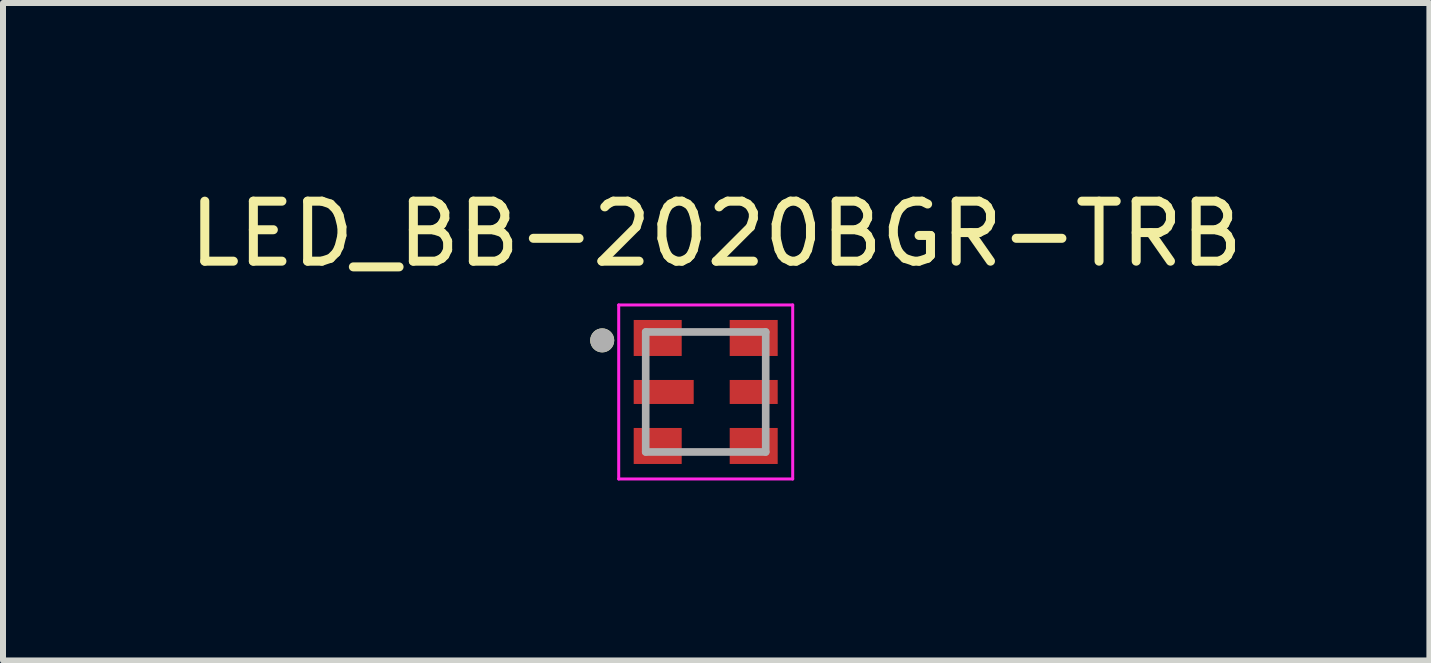
<source format=kicad_pcb>
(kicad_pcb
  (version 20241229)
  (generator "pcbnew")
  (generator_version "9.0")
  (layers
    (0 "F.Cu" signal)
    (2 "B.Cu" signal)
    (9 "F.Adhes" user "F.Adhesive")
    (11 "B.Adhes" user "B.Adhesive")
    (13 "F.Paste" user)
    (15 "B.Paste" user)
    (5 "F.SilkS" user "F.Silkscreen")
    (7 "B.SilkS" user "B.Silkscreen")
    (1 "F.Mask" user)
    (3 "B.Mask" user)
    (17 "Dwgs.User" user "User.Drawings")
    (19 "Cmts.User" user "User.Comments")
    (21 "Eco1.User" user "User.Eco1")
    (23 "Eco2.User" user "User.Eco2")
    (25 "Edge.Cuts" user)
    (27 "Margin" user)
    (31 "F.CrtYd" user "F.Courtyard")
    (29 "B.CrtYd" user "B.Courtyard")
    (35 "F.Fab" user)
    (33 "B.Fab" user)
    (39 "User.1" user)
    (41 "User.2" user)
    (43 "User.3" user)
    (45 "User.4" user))
  (footprint "LED_BB-2020BGR-TRB"
    (layer "F.Cu")
    (at 8.712 3.483)
    (property "Reference" "LED_BB-2020BGR-TRB" (at 0.175 -2.635 0) (layer "F.SilkS") (effects (font (size 1 1) (thickness 0.15))))
    (attr smd)
    (fp_circle (center -1.725 -0.86) (end -1.625 -0.86) (stroke (width 0.2) (type solid)) (fill no) (layer "F.SilkS"))
    (fp_line (start -1.45 -1.45) (end -1.45 1.45) (stroke (width 0.05) (type solid)) (layer "F.CrtYd"))
    (fp_line (start -1.45 1.45) (end 1.45 1.45) (stroke (width 0.05) (type solid)) (layer "F.CrtYd"))
    (fp_line (start 1.45 -1.45) (end -1.45 -1.45) (stroke (width 0.05) (type solid)) (layer "F.CrtYd"))
    (fp_line (start 1.45 1.45) (end 1.45 -1.45) (stroke (width 0.05) (type solid)) (layer "F.CrtYd"))
    (fp_line (start -1 -1) (end 1 -1) (stroke (width 0.127) (type solid)) (layer "F.Fab"))
    (fp_line (start -1 1) (end -1 -1) (stroke (width 0.127) (type solid)) (layer "F.Fab"))
    (fp_line (start 1 -1) (end 1 1) (stroke (width 0.127) (type solid)) (layer "F.Fab"))
    (fp_line (start 1 1) (end -1 1) (stroke (width 0.127) (type solid)) (layer "F.Fab"))
    (fp_circle (center -1.725 -0.86) (end -1.625 -0.86) (stroke (width 0.2) (type solid)) (fill no) (layer "F.Fab"))
    (pad "1" smd rect (at -0.8 -0.9) (size 0.8 0.6) (layers "F.Cu" "F.Mask" "F.Paste"))
    (pad "2" smd rect (at -0.7 0) (size 1 0.4) (layers "F.Cu" "F.Mask" "F.Paste"))
    (pad "3" smd rect (at -0.8 0.9) (size 0.8 0.6) (layers "F.Cu" "F.Mask" "F.Paste"))
    (pad "4" smd rect (at 0.8 0.9) (size 0.8 0.6) (layers "F.Cu" "F.Mask" "F.Paste"))
    (pad "5" smd rect (at 0.8 0) (size 0.8 0.4) (layers "F.Cu" "F.Mask" "F.Paste"))
    (pad "6" smd rect (at 0.8 -0.9) (size 0.8 0.6) (layers "F.Cu" "F.Mask" "F.Paste")))
  (gr_rect
    (start -3 -3)
    (end 20.774 7.958)
    (stroke (width 0.1) (type default))
    (fill no)
    (layer "Edge.Cuts")))
</source>
